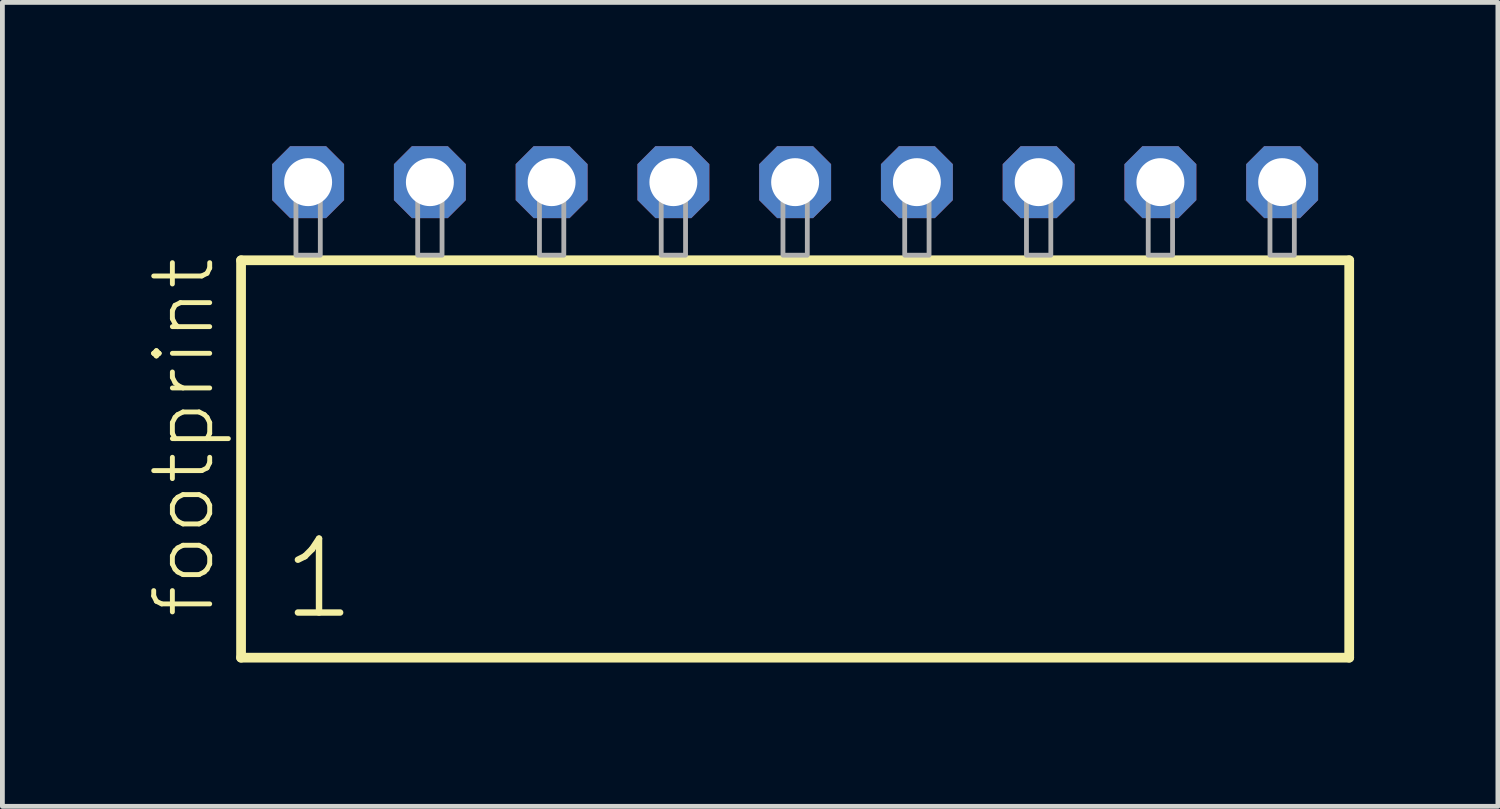
<source format=kicad_pcb>
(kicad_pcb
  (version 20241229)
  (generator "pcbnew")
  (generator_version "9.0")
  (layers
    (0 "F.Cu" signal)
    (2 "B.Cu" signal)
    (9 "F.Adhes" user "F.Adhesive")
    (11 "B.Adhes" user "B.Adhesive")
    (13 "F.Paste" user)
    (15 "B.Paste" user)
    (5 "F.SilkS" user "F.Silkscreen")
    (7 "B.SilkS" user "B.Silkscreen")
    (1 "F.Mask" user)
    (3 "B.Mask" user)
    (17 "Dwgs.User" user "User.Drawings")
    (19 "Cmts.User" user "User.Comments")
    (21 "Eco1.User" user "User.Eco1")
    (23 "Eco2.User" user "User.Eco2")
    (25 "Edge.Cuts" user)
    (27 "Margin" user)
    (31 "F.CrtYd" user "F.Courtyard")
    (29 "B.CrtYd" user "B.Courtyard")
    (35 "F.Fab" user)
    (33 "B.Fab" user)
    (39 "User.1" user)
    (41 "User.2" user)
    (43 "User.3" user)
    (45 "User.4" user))
  (footprint "footprint"
    (layer "F.Cu")
    (at 13.538 2.274)
    (property "Reference" "footprint" (at -12.065 7.62 90) (layer "F.SilkS") (effects (font (size 1.168 1.168) (thickness 0.102)) (justify left bottom)))
    (fp_line (start -11.559 0.106) (end -11.559 8.396) (stroke (width 0.203) (type solid)) (layer "F.SilkS"))
    (fp_line (start -11.559 8.396) (end 11.559 8.396) (stroke (width 0.203) (type solid)) (layer "F.SilkS"))
    (fp_line (start 11.559 0.106) (end -11.559 0.106) (stroke (width 0.203) (type solid)) (layer "F.SilkS"))
    (fp_line (start 11.559 8.396) (end 11.559 0.106) (stroke (width 0.203) (type solid)) (layer "F.SilkS"))
    (fp_poly (pts (xy -10.414 0) (xy -9.906 0) (xy -9.906 -1.778) (xy -10.414 -1.778)) (stroke (width 0.1) (type solid)) (fill no) (layer "F.Fab"))
    (fp_poly (pts (xy -7.874 0) (xy -7.366 0) (xy -7.366 -1.778) (xy -7.874 -1.778)) (stroke (width 0.1) (type solid)) (fill no) (layer "F.Fab"))
    (fp_poly (pts (xy -5.334 0) (xy -4.826 0) (xy -4.826 -1.778) (xy -5.334 -1.778)) (stroke (width 0.1) (type solid)) (fill no) (layer "F.Fab"))
    (fp_poly (pts (xy -2.794 0) (xy -2.286 0) (xy -2.286 -1.778) (xy -2.794 -1.778)) (stroke (width 0.1) (type solid)) (fill no) (layer "F.Fab"))
    (fp_poly (pts (xy -0.254 0) (xy 0.254 0) (xy 0.254 -1.778) (xy -0.254 -1.778)) (stroke (width 0.1) (type solid)) (fill no) (layer "F.Fab"))
    (fp_poly (pts (xy 2.286 0) (xy 2.794 0) (xy 2.794 -1.778) (xy 2.286 -1.778)) (stroke (width 0.1) (type solid)) (fill no) (layer "F.Fab"))
    (fp_poly (pts (xy 4.826 0) (xy 5.334 0) (xy 5.334 -1.778) (xy 4.826 -1.778)) (stroke (width 0.1) (type solid)) (fill no) (layer "F.Fab"))
    (fp_poly (pts (xy 7.366 0) (xy 7.874 0) (xy 7.874 -1.778) (xy 7.366 -1.778)) (stroke (width 0.1) (type solid)) (fill no) (layer "F.Fab"))
    (fp_poly (pts (xy 9.906 0) (xy 10.414 0) (xy 10.414 -1.778) (xy 9.906 -1.778)) (stroke (width 0.1) (type solid)) (fill no) (layer "F.Fab"))
    (fp_text user "1" (at -10.755 7.65 0) (layer "F.SilkS") (effects (font (size 1.542 1.542) (thickness 0.134)) (justify left bottom)))
    (pad "1" thru_hole roundrect (at -10.16 -1.524) (size 1.5 1.5) (drill 1) (layers "*.Cu" "*.Mask") (roundrect_rratio 0.25) (chamfer_ratio 0.25) (chamfer top_left top_right bottom_left bottom_right))
    (pad "2" thru_hole roundrect (at -7.62 -1.524) (size 1.5 1.5) (drill 1) (layers "*.Cu" "*.Mask") (roundrect_rratio 0.25) (chamfer_ratio 0.25) (chamfer top_left top_right bottom_left bottom_right))
    (pad "3" thru_hole roundrect (at -5.08 -1.524) (size 1.5 1.5) (drill 1) (layers "*.Cu" "*.Mask") (roundrect_rratio 0.25) (chamfer_ratio 0.25) (chamfer top_left top_right bottom_left bottom_right))
    (pad "4" thru_hole roundrect (at -2.54 -1.524) (size 1.5 1.5) (drill 1) (layers "*.Cu" "*.Mask") (roundrect_rratio 0.25) (chamfer_ratio 0.25) (chamfer top_left top_right bottom_left bottom_right))
    (pad "5" thru_hole roundrect (at 0 -1.524) (size 1.5 1.5) (drill 1) (layers "*.Cu" "*.Mask") (roundrect_rratio 0.25) (chamfer_ratio 0.25) (chamfer top_left top_right bottom_left bottom_right))
    (pad "6" thru_hole roundrect (at 2.54 -1.524) (size 1.5 1.5) (drill 1) (layers "*.Cu" "*.Mask") (roundrect_rratio 0.25) (chamfer_ratio 0.25) (chamfer top_left top_right bottom_left bottom_right))
    (pad "7" thru_hole roundrect (at 5.08 -1.524) (size 1.5 1.5) (drill 1) (layers "*.Cu" "*.Mask") (roundrect_rratio 0.25) (chamfer_ratio 0.25) (chamfer top_left top_right bottom_left bottom_right))
    (pad "8" thru_hole roundrect (at 7.62 -1.524) (size 1.5 1.5) (drill 1) (layers "*.Cu" "*.Mask") (roundrect_rratio 0.25) (chamfer_ratio 0.25) (chamfer top_left top_right bottom_left bottom_right))
    (pad "9" thru_hole roundrect (at 10.16 -1.524) (size 1.5 1.5) (drill 1) (layers "*.Cu" "*.Mask") (roundrect_rratio 0.25) (chamfer_ratio 0.25) (chamfer top_left top_right bottom_left bottom_right)))
  (gr_rect
    (start -3 -3)
    (end 28.199 13.772)
    (stroke (width 0.1) (type default))
    (fill no)
    (layer "Edge.Cuts")))
</source>
